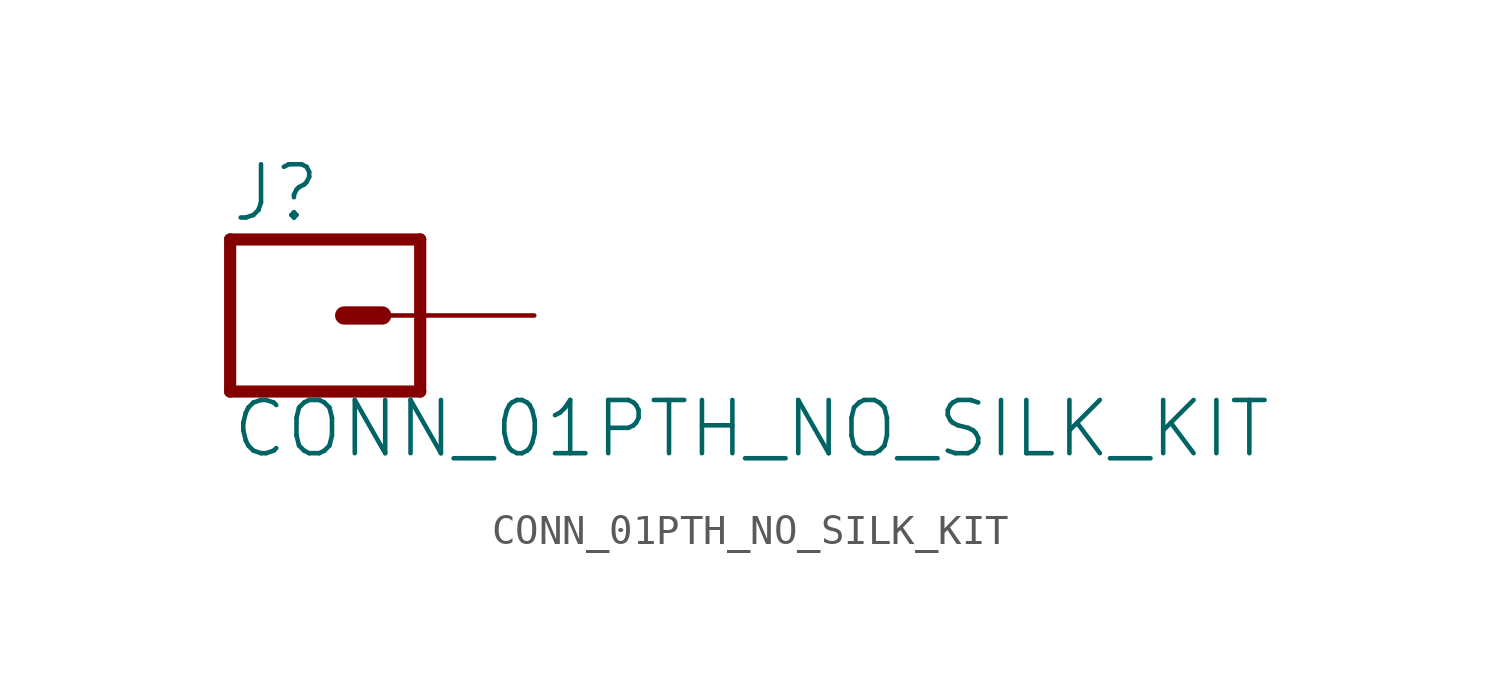
<source format=kicad_sym>
(kicad_symbol_lib
  (version 20220331)
  (generator kicad_symbol_editor)
  (symbol "CONN_01PTH_NO_SILK_KIT"
    (property "Reference" "J"
      (at -2.54 3.048 0)
      (effects (font (size 1.778 1.778)) (justify left bottom)))
    (property "Value" "CONN_01PTH_NO_SILK_KIT"
      (at -2.54 -4.826 0)
      (effects (font (size 1.778 1.778)) (justify left bottom)))
    (property "ki_locked" ""
      (at 0 0 0)
      (effects (font (size 1.27 1.27))))
    (symbol "CONN_01PTH_NO_SILK_KIT_1_0"
      (polyline (pts (xy -2.54 2.54) (xy -2.54 -2.54)) (stroke (width 0.406) (type solid)) (fill (type none)))
      (polyline (pts (xy -2.54 2.54) (xy 3.81 2.54)) (stroke (width 0.406) (type solid)) (fill (type none)))
      (polyline (pts (xy 1.27 0) (xy 2.54 0)) (stroke (width 0.61) (type solid)) (fill (type none)))
      (polyline (pts (xy 3.81 -2.54) (xy -2.54 -2.54)) (stroke (width 0.406) (type solid)) (fill (type none)))
      (polyline (pts (xy 3.81 -2.54) (xy 3.81 2.54)) (stroke (width 0.406) (type solid)) (fill (type none)))
      (pin passive line (at 7.62 0 180) (length 5.08) (name "1" (effects (font (size 0 0)))) (number "1" (effects (font (size 0 0))))))))
</source>
